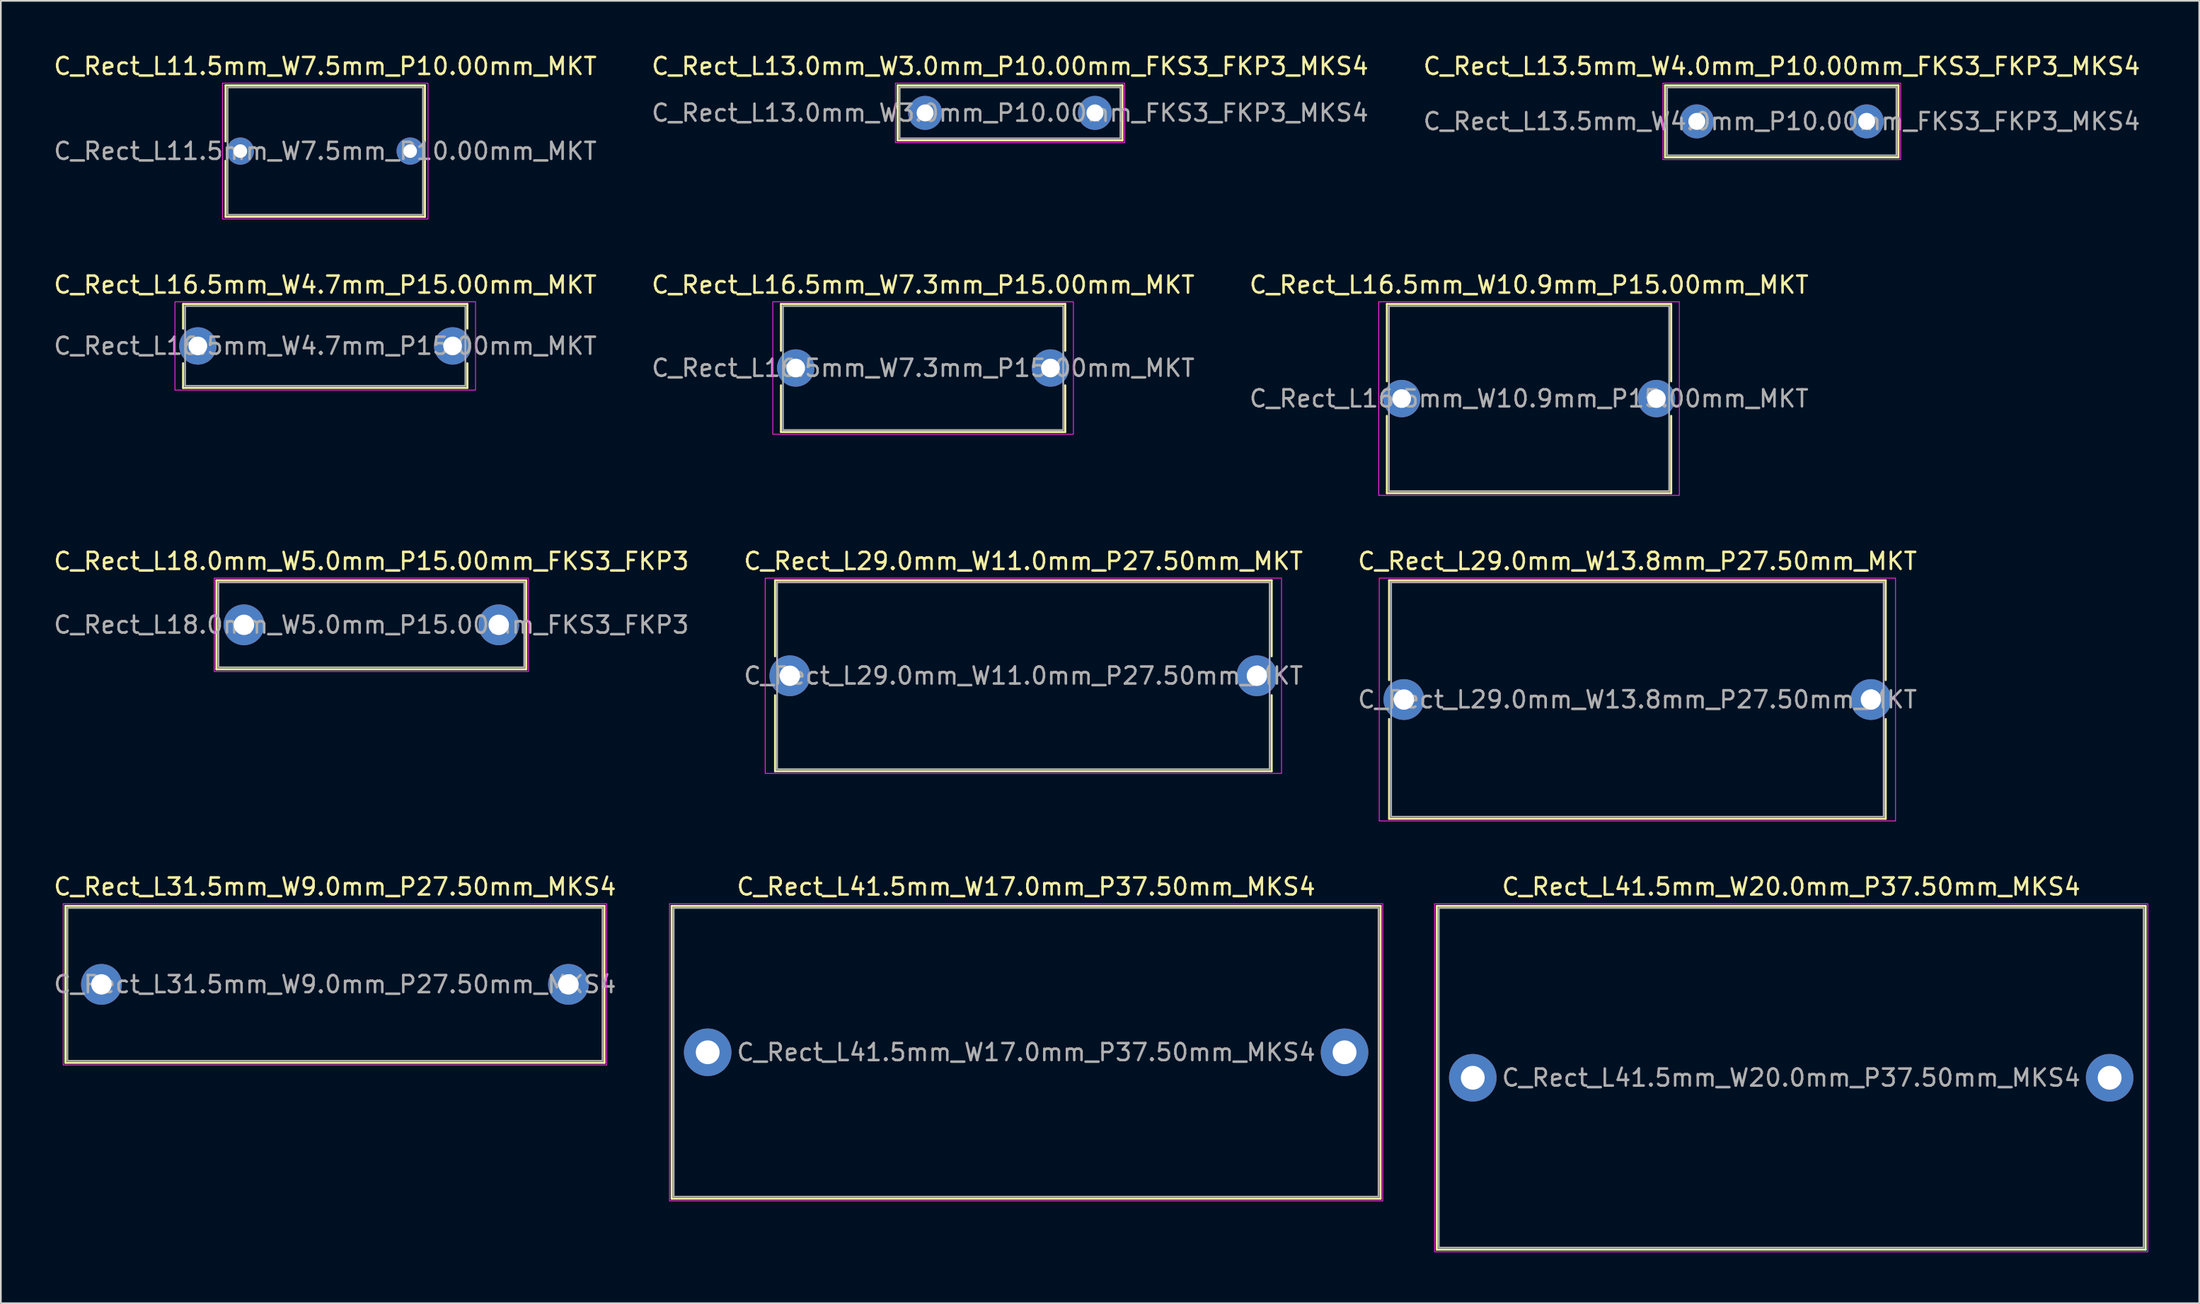
<source format=kicad_pcb>
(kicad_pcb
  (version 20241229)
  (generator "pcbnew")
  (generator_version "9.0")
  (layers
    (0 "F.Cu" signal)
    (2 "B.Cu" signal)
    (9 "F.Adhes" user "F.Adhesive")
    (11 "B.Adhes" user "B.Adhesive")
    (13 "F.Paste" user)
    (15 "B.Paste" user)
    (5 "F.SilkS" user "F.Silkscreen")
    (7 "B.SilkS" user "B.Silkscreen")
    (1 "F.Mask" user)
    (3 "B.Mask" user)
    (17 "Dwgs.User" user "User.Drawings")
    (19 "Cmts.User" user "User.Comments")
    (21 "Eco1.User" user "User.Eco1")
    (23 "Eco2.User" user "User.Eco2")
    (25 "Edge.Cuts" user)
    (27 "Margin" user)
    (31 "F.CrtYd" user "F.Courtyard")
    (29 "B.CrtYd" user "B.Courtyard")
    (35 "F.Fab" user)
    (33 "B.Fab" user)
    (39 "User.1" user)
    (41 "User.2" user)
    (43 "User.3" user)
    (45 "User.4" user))
  (footprint "C_Rect_L16.5mm_W7.3mm_P15.00mm_MKT"
    (layer "F.Cu")
    (at 43.804 18.622)
    (property "Reference" "C_Rect_L16.5mm_W7.3mm_P15.00mm_MKT" (at 7.5 -4.9 0) (layer "F.SilkS") (effects (font (size 1 1) (thickness 0.15))))
    (attr through_hole)
    (fp_line (start -0.87 -3.77) (end -0.87 -1.019) (stroke (width 0.12) (type solid)) (layer "F.SilkS"))
    (fp_line (start -0.87 -3.77) (end 15.87 -3.77) (stroke (width 0.12) (type solid)) (layer "F.SilkS"))
    (fp_line (start -0.87 1.019) (end -0.87 3.77) (stroke (width 0.12) (type solid)) (layer "F.SilkS"))
    (fp_line (start -0.87 3.77) (end 15.87 3.77) (stroke (width 0.12) (type solid)) (layer "F.SilkS"))
    (fp_line (start 15.87 -3.77) (end 15.87 -1.019) (stroke (width 0.12) (type solid)) (layer "F.SilkS"))
    (fp_line (start 15.87 1.019) (end 15.87 3.77) (stroke (width 0.12) (type solid)) (layer "F.SilkS"))
    (fp_rect (start -1.35 -3.9) (end 16.35 3.9) (stroke (width 0.05) (type solid)) (fill no) (layer "F.CrtYd"))
    (fp_rect (start -0.75 -3.65) (end 15.75 3.65) (stroke (width 0.1) (type solid)) (fill no) (layer "F.Fab"))
    (fp_text user "${REFERENCE}" (at 7.5 0 0) (layer "F.Fab") (effects (font (size 1 1) (thickness 0.15))))
    (pad "1" thru_hole circle (at 0 0) (size 2.2 2.2) (drill 1.1) (layers "*.Cu" "*.Mask"))
    (pad "2" thru_hole circle (at 15 0) (size 2.2 2.2) (drill 1.1) (layers "*.Cu" "*.Mask")))
  (footprint "C_Rect_L18.0mm_W5.0mm_P15.00mm_FKS3_FKP3"
    (layer "F.Cu")
    (at 11.315 33.745)
    (property "Reference" "C_Rect_L18.0mm_W5.0mm_P15.00mm_FKS3_FKP3" (at 7.5 -3.75 0) (layer "F.SilkS") (effects (font (size 1 1) (thickness 0.15))))
    (attr through_hole)
    (fp_line (start -1.62 -2.62) (end -1.62 2.62) (stroke (width 0.12) (type solid)) (layer "F.SilkS"))
    (fp_line (start -1.62 -2.62) (end 16.62 -2.62) (stroke (width 0.12) (type solid)) (layer "F.SilkS"))
    (fp_line (start -1.62 2.62) (end 16.62 2.62) (stroke (width 0.12) (type solid)) (layer "F.SilkS"))
    (fp_line (start 16.62 -2.62) (end 16.62 2.62) (stroke (width 0.12) (type solid)) (layer "F.SilkS"))
    (fp_rect (start -1.75 -2.75) (end 16.75 2.75) (stroke (width 0.05) (type solid)) (fill no) (layer "F.CrtYd"))
    (fp_rect (start -1.5 -2.5) (end 16.5 2.5) (stroke (width 0.1) (type solid)) (fill no) (layer "F.Fab"))
    (fp_text user "${REFERENCE}" (at 7.5 0 0) (layer "F.Fab") (effects (font (size 1 1) (thickness 0.15))))
    (pad "1" thru_hole circle (at 0 0) (size 2.4 2.4) (drill 1.2) (layers "*.Cu" "*.Mask"))
    (pad "2" thru_hole circle (at 15 0) (size 2.4 2.4) (drill 1.2) (layers "*.Cu" "*.Mask")))
  (footprint "C_Rect_L13.5mm_W4.0mm_P10.00mm_FKS3_FKP3_MKS4"
    (layer "F.Cu")
    (at 96.863 4.098)
    (property "Reference" "C_Rect_L13.5mm_W4.0mm_P10.00mm_FKS3_FKP3_MKS4" (at 5 -3.25 0) (layer "F.SilkS") (effects (font (size 1 1) (thickness 0.15))))
    (attr through_hole)
    (fp_line (start -1.87 -2.12) (end -1.87 2.12) (stroke (width 0.12) (type solid)) (layer "F.SilkS"))
    (fp_line (start -1.87 -2.12) (end 11.87 -2.12) (stroke (width 0.12) (type solid)) (layer "F.SilkS"))
    (fp_line (start -1.87 2.12) (end 11.87 2.12) (stroke (width 0.12) (type solid)) (layer "F.SilkS"))
    (fp_line (start 11.87 -2.12) (end 11.87 2.12) (stroke (width 0.12) (type solid)) (layer "F.SilkS"))
    (fp_rect (start -2 -2.25) (end 12 2.25) (stroke (width 0.05) (type solid)) (fill no) (layer "F.CrtYd"))
    (fp_rect (start -1.75 -2) (end 11.75 2) (stroke (width 0.1) (type solid)) (fill no) (layer "F.Fab"))
    (fp_text user "${REFERENCE}" (at 5 0 0) (layer "F.Fab") (effects (font (size 1 1) (thickness 0.15))))
    (pad "1" thru_hole circle (at 0 0) (size 2 2) (drill 1) (layers "*.Cu" "*.Mask"))
    (pad "2" thru_hole circle (at 10 0) (size 2 2) (drill 1) (layers "*.Cu" "*.Mask")))
  (footprint "C_Rect_L41.5mm_W17.0mm_P37.50mm_MKS4"
    (layer "F.Cu")
    (at 38.62 58.918)
    (property "Reference" "C_Rect_L41.5mm_W17.0mm_P37.50mm_MKS4" (at 18.75 -9.75 0) (layer "F.SilkS") (effects (font (size 1 1) (thickness 0.15))))
    (attr through_hole)
    (fp_line (start -2.12 -8.62) (end -2.12 8.62) (stroke (width 0.12) (type solid)) (layer "F.SilkS"))
    (fp_line (start -2.12 -8.62) (end 39.62 -8.62) (stroke (width 0.12) (type solid)) (layer "F.SilkS"))
    (fp_line (start -2.12 8.62) (end 39.62 8.62) (stroke (width 0.12) (type solid)) (layer "F.SilkS"))
    (fp_line (start 39.62 -8.62) (end 39.62 8.62) (stroke (width 0.12) (type solid)) (layer "F.SilkS"))
    (fp_rect (start -2.25 -8.75) (end 39.75 8.75) (stroke (width 0.05) (type solid)) (fill no) (layer "F.CrtYd"))
    (fp_rect (start -2 -8.5) (end 39.5 8.5) (stroke (width 0.1) (type solid)) (fill no) (layer "F.Fab"))
    (fp_text user "${REFERENCE}" (at 18.75 0 0) (layer "F.Fab") (effects (font (size 1 1) (thickness 0.15))))
    (pad "1" thru_hole circle (at 0 0) (size 2.8 2.8) (drill 1.4) (layers "*.Cu" "*.Mask"))
    (pad "2" thru_hole circle (at 37.5 0) (size 2.8 2.8) (drill 1.4) (layers "*.Cu" "*.Mask")))
  (footprint "C_Rect_L16.5mm_W10.9mm_P15.00mm_MKT"
    (layer "F.Cu")
    (at 79.482 20.422)
    (property "Reference" "C_Rect_L16.5mm_W10.9mm_P15.00mm_MKT" (at 7.5 -6.7 0) (layer "F.SilkS") (effects (font (size 1 1) (thickness 0.15))))
    (attr through_hole)
    (fp_line (start -0.87 -5.57) (end -0.87 -1.019) (stroke (width 0.12) (type solid)) (layer "F.SilkS"))
    (fp_line (start -0.87 -5.57) (end 15.87 -5.57) (stroke (width 0.12) (type solid)) (layer "F.SilkS"))
    (fp_line (start -0.87 1.019) (end -0.87 5.57) (stroke (width 0.12) (type solid)) (layer "F.SilkS"))
    (fp_line (start -0.87 5.57) (end 15.87 5.57) (stroke (width 0.12) (type solid)) (layer "F.SilkS"))
    (fp_line (start 15.87 -5.57) (end 15.87 -1.019) (stroke (width 0.12) (type solid)) (layer "F.SilkS"))
    (fp_line (start 15.87 1.019) (end 15.87 5.57) (stroke (width 0.12) (type solid)) (layer "F.SilkS"))
    (fp_rect (start -1.35 -5.7) (end 16.35 5.7) (stroke (width 0.05) (type solid)) (fill no) (layer "F.CrtYd"))
    (fp_rect (start -0.75 -5.45) (end 15.75 5.45) (stroke (width 0.1) (type solid)) (fill no) (layer "F.Fab"))
    (fp_text user "${REFERENCE}" (at 7.5 0 0) (layer "F.Fab") (effects (font (size 1 1) (thickness 0.15))))
    (pad "1" thru_hole circle (at 0 0) (size 2.2 2.2) (drill 1.1) (layers "*.Cu" "*.Mask"))
    (pad "2" thru_hole circle (at 15 0) (size 2.2 2.2) (drill 1.1) (layers "*.Cu" "*.Mask")))
  (footprint "C_Rect_L11.5mm_W7.5mm_P10.00mm_MKT"
    (layer "F.Cu")
    (at 11.101 5.848)
    (property "Reference" "C_Rect_L11.5mm_W7.5mm_P10.00mm_MKT" (at 5 -5 0) (layer "F.SilkS") (effects (font (size 1 1) (thickness 0.15))))
    (attr through_hole)
    (fp_line (start -0.87 -3.87) (end -0.87 -0.57) (stroke (width 0.12) (type solid)) (layer "F.SilkS"))
    (fp_line (start -0.87 -3.87) (end 10.87 -3.87) (stroke (width 0.12) (type solid)) (layer "F.SilkS"))
    (fp_line (start -0.87 0.57) (end -0.87 3.87) (stroke (width 0.12) (type solid)) (layer "F.SilkS"))
    (fp_line (start -0.87 3.87) (end 10.87 3.87) (stroke (width 0.12) (type solid)) (layer "F.SilkS"))
    (fp_line (start 10.87 -3.87) (end 10.87 -0.57) (stroke (width 0.12) (type solid)) (layer "F.SilkS"))
    (fp_line (start 10.87 0.57) (end 10.87 3.87) (stroke (width 0.12) (type solid)) (layer "F.SilkS"))
    (fp_rect (start -1.05 -4) (end 11.05 4) (stroke (width 0.05) (type solid)) (fill no) (layer "F.CrtYd"))
    (fp_rect (start -0.75 -3.75) (end 10.75 3.75) (stroke (width 0.1) (type solid)) (fill no) (layer "F.Fab"))
    (fp_text user "${REFERENCE}" (at 5 0 0) (layer "F.Fab") (effects (font (size 1 1) (thickness 0.15))))
    (pad "1" thru_hole circle (at 0 0) (size 1.6 1.6) (drill 0.8) (layers "*.Cu" "*.Mask"))
    (pad "2" thru_hole circle (at 10 0) (size 1.6 1.6) (drill 0.8) (layers "*.Cu" "*.Mask")))
  (footprint "C_Rect_L29.0mm_W13.8mm_P27.50mm_MKT"
    (layer "F.Cu")
    (at 79.613 38.145)
    (property "Reference" "C_Rect_L29.0mm_W13.8mm_P27.50mm_MKT" (at 13.75 -8.15 0) (layer "F.SilkS") (effects (font (size 1 1) (thickness 0.15))))
    (attr through_hole)
    (fp_line (start -0.87 -7.02) (end -0.87 -1.147) (stroke (width 0.12) (type solid)) (layer "F.SilkS"))
    (fp_line (start -0.87 -7.02) (end 28.37 -7.02) (stroke (width 0.12) (type solid)) (layer "F.SilkS"))
    (fp_line (start -0.87 1.147) (end -0.87 7.02) (stroke (width 0.12) (type solid)) (layer "F.SilkS"))
    (fp_line (start -0.87 7.02) (end 28.37 7.02) (stroke (width 0.12) (type solid)) (layer "F.SilkS"))
    (fp_line (start 28.37 -7.02) (end 28.37 -1.147) (stroke (width 0.12) (type solid)) (layer "F.SilkS"))
    (fp_line (start 28.37 1.147) (end 28.37 7.02) (stroke (width 0.12) (type solid)) (layer "F.SilkS"))
    (fp_rect (start -1.45 -7.15) (end 28.95 7.15) (stroke (width 0.05) (type solid)) (fill no) (layer "F.CrtYd"))
    (fp_rect (start -0.75 -6.9) (end 28.25 6.9) (stroke (width 0.1) (type solid)) (fill no) (layer "F.Fab"))
    (fp_text user "${REFERENCE}" (at 13.75 0 0) (layer "F.Fab") (effects (font (size 1 1) (thickness 0.15))))
    (pad "1" thru_hole circle (at 0 0) (size 2.4 2.4) (drill 1.2) (layers "*.Cu" "*.Mask"))
    (pad "2" thru_hole circle (at 27.5 0) (size 2.4 2.4) (drill 1.2) (layers "*.Cu" "*.Mask")))
  (footprint "C_Rect_L29.0mm_W11.0mm_P27.50mm_MKT"
    (layer "F.Cu")
    (at 43.458 36.745)
    (property "Reference" "C_Rect_L29.0mm_W11.0mm_P27.50mm_MKT" (at 13.75 -6.75 0) (layer "F.SilkS") (effects (font (size 1 1) (thickness 0.15))))
    (attr through_hole)
    (fp_line (start -0.87 -5.62) (end -0.87 -1.147) (stroke (width 0.12) (type solid)) (layer "F.SilkS"))
    (fp_line (start -0.87 -5.62) (end 28.37 -5.62) (stroke (width 0.12) (type solid)) (layer "F.SilkS"))
    (fp_line (start -0.87 1.147) (end -0.87 5.62) (stroke (width 0.12) (type solid)) (layer "F.SilkS"))
    (fp_line (start -0.87 5.62) (end 28.37 5.62) (stroke (width 0.12) (type solid)) (layer "F.SilkS"))
    (fp_line (start 28.37 -5.62) (end 28.37 -1.147) (stroke (width 0.12) (type solid)) (layer "F.SilkS"))
    (fp_line (start 28.37 1.147) (end 28.37 5.62) (stroke (width 0.12) (type solid)) (layer "F.SilkS"))
    (fp_rect (start -1.45 -5.75) (end 28.95 5.75) (stroke (width 0.05) (type solid)) (fill no) (layer "F.CrtYd"))
    (fp_rect (start -0.75 -5.5) (end 28.25 5.5) (stroke (width 0.1) (type solid)) (fill no) (layer "F.Fab"))
    (fp_text user "${REFERENCE}" (at 13.75 0 0) (layer "F.Fab") (effects (font (size 1 1) (thickness 0.15))))
    (pad "1" thru_hole circle (at 0 0) (size 2.4 2.4) (drill 1.2) (layers "*.Cu" "*.Mask"))
    (pad "2" thru_hole circle (at 27.5 0) (size 2.4 2.4) (drill 1.2) (layers "*.Cu" "*.Mask")))
  (footprint "C_Rect_L31.5mm_W9.0mm_P27.50mm_MKS4"
    (layer "F.Cu")
    (at 2.923 54.918)
    (property "Reference" "C_Rect_L31.5mm_W9.0mm_P27.50mm_MKS4" (at 13.75 -5.75 0) (layer "F.SilkS") (effects (font (size 1 1) (thickness 0.15))))
    (attr through_hole)
    (fp_line (start -2.12 -4.62) (end -2.12 4.62) (stroke (width 0.12) (type solid)) (layer "F.SilkS"))
    (fp_line (start -2.12 -4.62) (end 29.62 -4.62) (stroke (width 0.12) (type solid)) (layer "F.SilkS"))
    (fp_line (start -2.12 4.62) (end 29.62 4.62) (stroke (width 0.12) (type solid)) (layer "F.SilkS"))
    (fp_line (start 29.62 -4.62) (end 29.62 4.62) (stroke (width 0.12) (type solid)) (layer "F.SilkS"))
    (fp_rect (start -2.25 -4.75) (end 29.75 4.75) (stroke (width 0.05) (type solid)) (fill no) (layer "F.CrtYd"))
    (fp_rect (start -2 -4.5) (end 29.5 4.5) (stroke (width 0.1) (type solid)) (fill no) (layer "F.Fab"))
    (fp_text user "${REFERENCE}" (at 13.75 0 0) (layer "F.Fab") (effects (font (size 1 1) (thickness 0.15))))
    (pad "1" thru_hole circle (at 0 0) (size 2.4 2.4) (drill 1.2) (layers "*.Cu" "*.Mask"))
    (pad "2" thru_hole circle (at 27.5 0) (size 2.4 2.4) (drill 1.2) (layers "*.Cu" "*.Mask")))
  (footprint "C_Rect_L16.5mm_W4.7mm_P15.00mm_MKT"
    (layer "F.Cu")
    (at 8.601 17.322)
    (property "Reference" "C_Rect_L16.5mm_W4.7mm_P15.00mm_MKT" (at 7.5 -3.6 0) (layer "F.SilkS") (effects (font (size 1 1) (thickness 0.15))))
    (attr through_hole)
    (fp_line (start -0.87 -2.47) (end -0.87 -1.019) (stroke (width 0.12) (type solid)) (layer "F.SilkS"))
    (fp_line (start -0.87 -2.47) (end 15.87 -2.47) (stroke (width 0.12) (type solid)) (layer "F.SilkS"))
    (fp_line (start -0.87 1.019) (end -0.87 2.47) (stroke (width 0.12) (type solid)) (layer "F.SilkS"))
    (fp_line (start -0.87 2.47) (end 15.87 2.47) (stroke (width 0.12) (type solid)) (layer "F.SilkS"))
    (fp_line (start 15.87 -2.47) (end 15.87 -1.019) (stroke (width 0.12) (type solid)) (layer "F.SilkS"))
    (fp_line (start 15.87 1.019) (end 15.87 2.47) (stroke (width 0.12) (type solid)) (layer "F.SilkS"))
    (fp_rect (start -1.35 -2.6) (end 16.35 2.6) (stroke (width 0.05) (type solid)) (fill no) (layer "F.CrtYd"))
    (fp_rect (start -0.75 -2.35) (end 15.75 2.35) (stroke (width 0.1) (type solid)) (fill no) (layer "F.Fab"))
    (fp_text user "${REFERENCE}" (at 7.5 0 0) (layer "F.Fab") (effects (font (size 1 1) (thickness 0.15))))
    (pad "1" thru_hole circle (at 0 0) (size 2.2 2.2) (drill 1.1) (layers "*.Cu" "*.Mask"))
    (pad "2" thru_hole circle (at 15 0) (size 2.2 2.2) (drill 1.1) (layers "*.Cu" "*.Mask")))
  (footprint "C_Rect_L13.0mm_W3.0mm_P10.00mm_FKS3_FKP3_MKS4"
    (layer "F.Cu")
    (at 51.423 3.598)
    (property "Reference" "C_Rect_L13.0mm_W3.0mm_P10.00mm_FKS3_FKP3_MKS4" (at 5 -2.75 0) (layer "F.SilkS") (effects (font (size 1 1) (thickness 0.15))))
    (attr through_hole)
    (fp_line (start -1.62 -1.62) (end -1.62 1.62) (stroke (width 0.12) (type solid)) (layer "F.SilkS"))
    (fp_line (start -1.62 -1.62) (end 11.62 -1.62) (stroke (width 0.12) (type solid)) (layer "F.SilkS"))
    (fp_line (start -1.62 1.62) (end 11.62 1.62) (stroke (width 0.12) (type solid)) (layer "F.SilkS"))
    (fp_line (start 11.62 -1.62) (end 11.62 1.62) (stroke (width 0.12) (type solid)) (layer "F.SilkS"))
    (fp_rect (start -1.75 -1.75) (end 11.75 1.75) (stroke (width 0.05) (type solid)) (fill no) (layer "F.CrtYd"))
    (fp_rect (start -1.5 -1.5) (end 11.5 1.5) (stroke (width 0.1) (type solid)) (fill no) (layer "F.Fab"))
    (fp_text user "${REFERENCE}" (at 5 0 0) (layer "F.Fab") (effects (font (size 1 1) (thickness 0.15))))
    (pad "1" thru_hole circle (at 0 0) (size 2 2) (drill 1) (layers "*.Cu" "*.Mask"))
    (pad "2" thru_hole circle (at 10 0) (size 2 2) (drill 1) (layers "*.Cu" "*.Mask")))
  (footprint "C_Rect_L41.5mm_W20.0mm_P37.50mm_MKS4"
    (layer "F.Cu")
    (at 83.67 60.418)
    (property "Reference" "C_Rect_L41.5mm_W20.0mm_P37.50mm_MKS4" (at 18.75 -11.25 0) (layer "F.SilkS") (effects (font (size 1 1) (thickness 0.15))))
    (attr through_hole)
    (fp_line (start -2.12 -10.12) (end -2.12 10.12) (stroke (width 0.12) (type solid)) (layer "F.SilkS"))
    (fp_line (start -2.12 -10.12) (end 39.62 -10.12) (stroke (width 0.12) (type solid)) (layer "F.SilkS"))
    (fp_line (start -2.12 10.12) (end 39.62 10.12) (stroke (width 0.12) (type solid)) (layer "F.SilkS"))
    (fp_line (start 39.62 -10.12) (end 39.62 10.12) (stroke (width 0.12) (type solid)) (layer "F.SilkS"))
    (fp_rect (start -2.25 -10.25) (end 39.75 10.25) (stroke (width 0.05) (type solid)) (fill no) (layer "F.CrtYd"))
    (fp_rect (start -2 -10) (end 39.5 10) (stroke (width 0.1) (type solid)) (fill no) (layer "F.Fab"))
    (fp_text user "${REFERENCE}" (at 18.75 0 0) (layer "F.Fab") (effects (font (size 1 1) (thickness 0.15))))
    (pad "1" thru_hole circle (at 0 0) (size 2.8 2.8) (drill 1.4) (layers "*.Cu" "*.Mask"))
    (pad "2" thru_hole circle (at 37.5 0) (size 2.8 2.8) (drill 1.4) (layers "*.Cu" "*.Mask")))
  (gr_rect
    (start -3 -3)
    (end 126.445 73.693)
    (stroke (width 0.1) (type default))
    (fill no)
    (layer "Edge.Cuts")))
</source>
